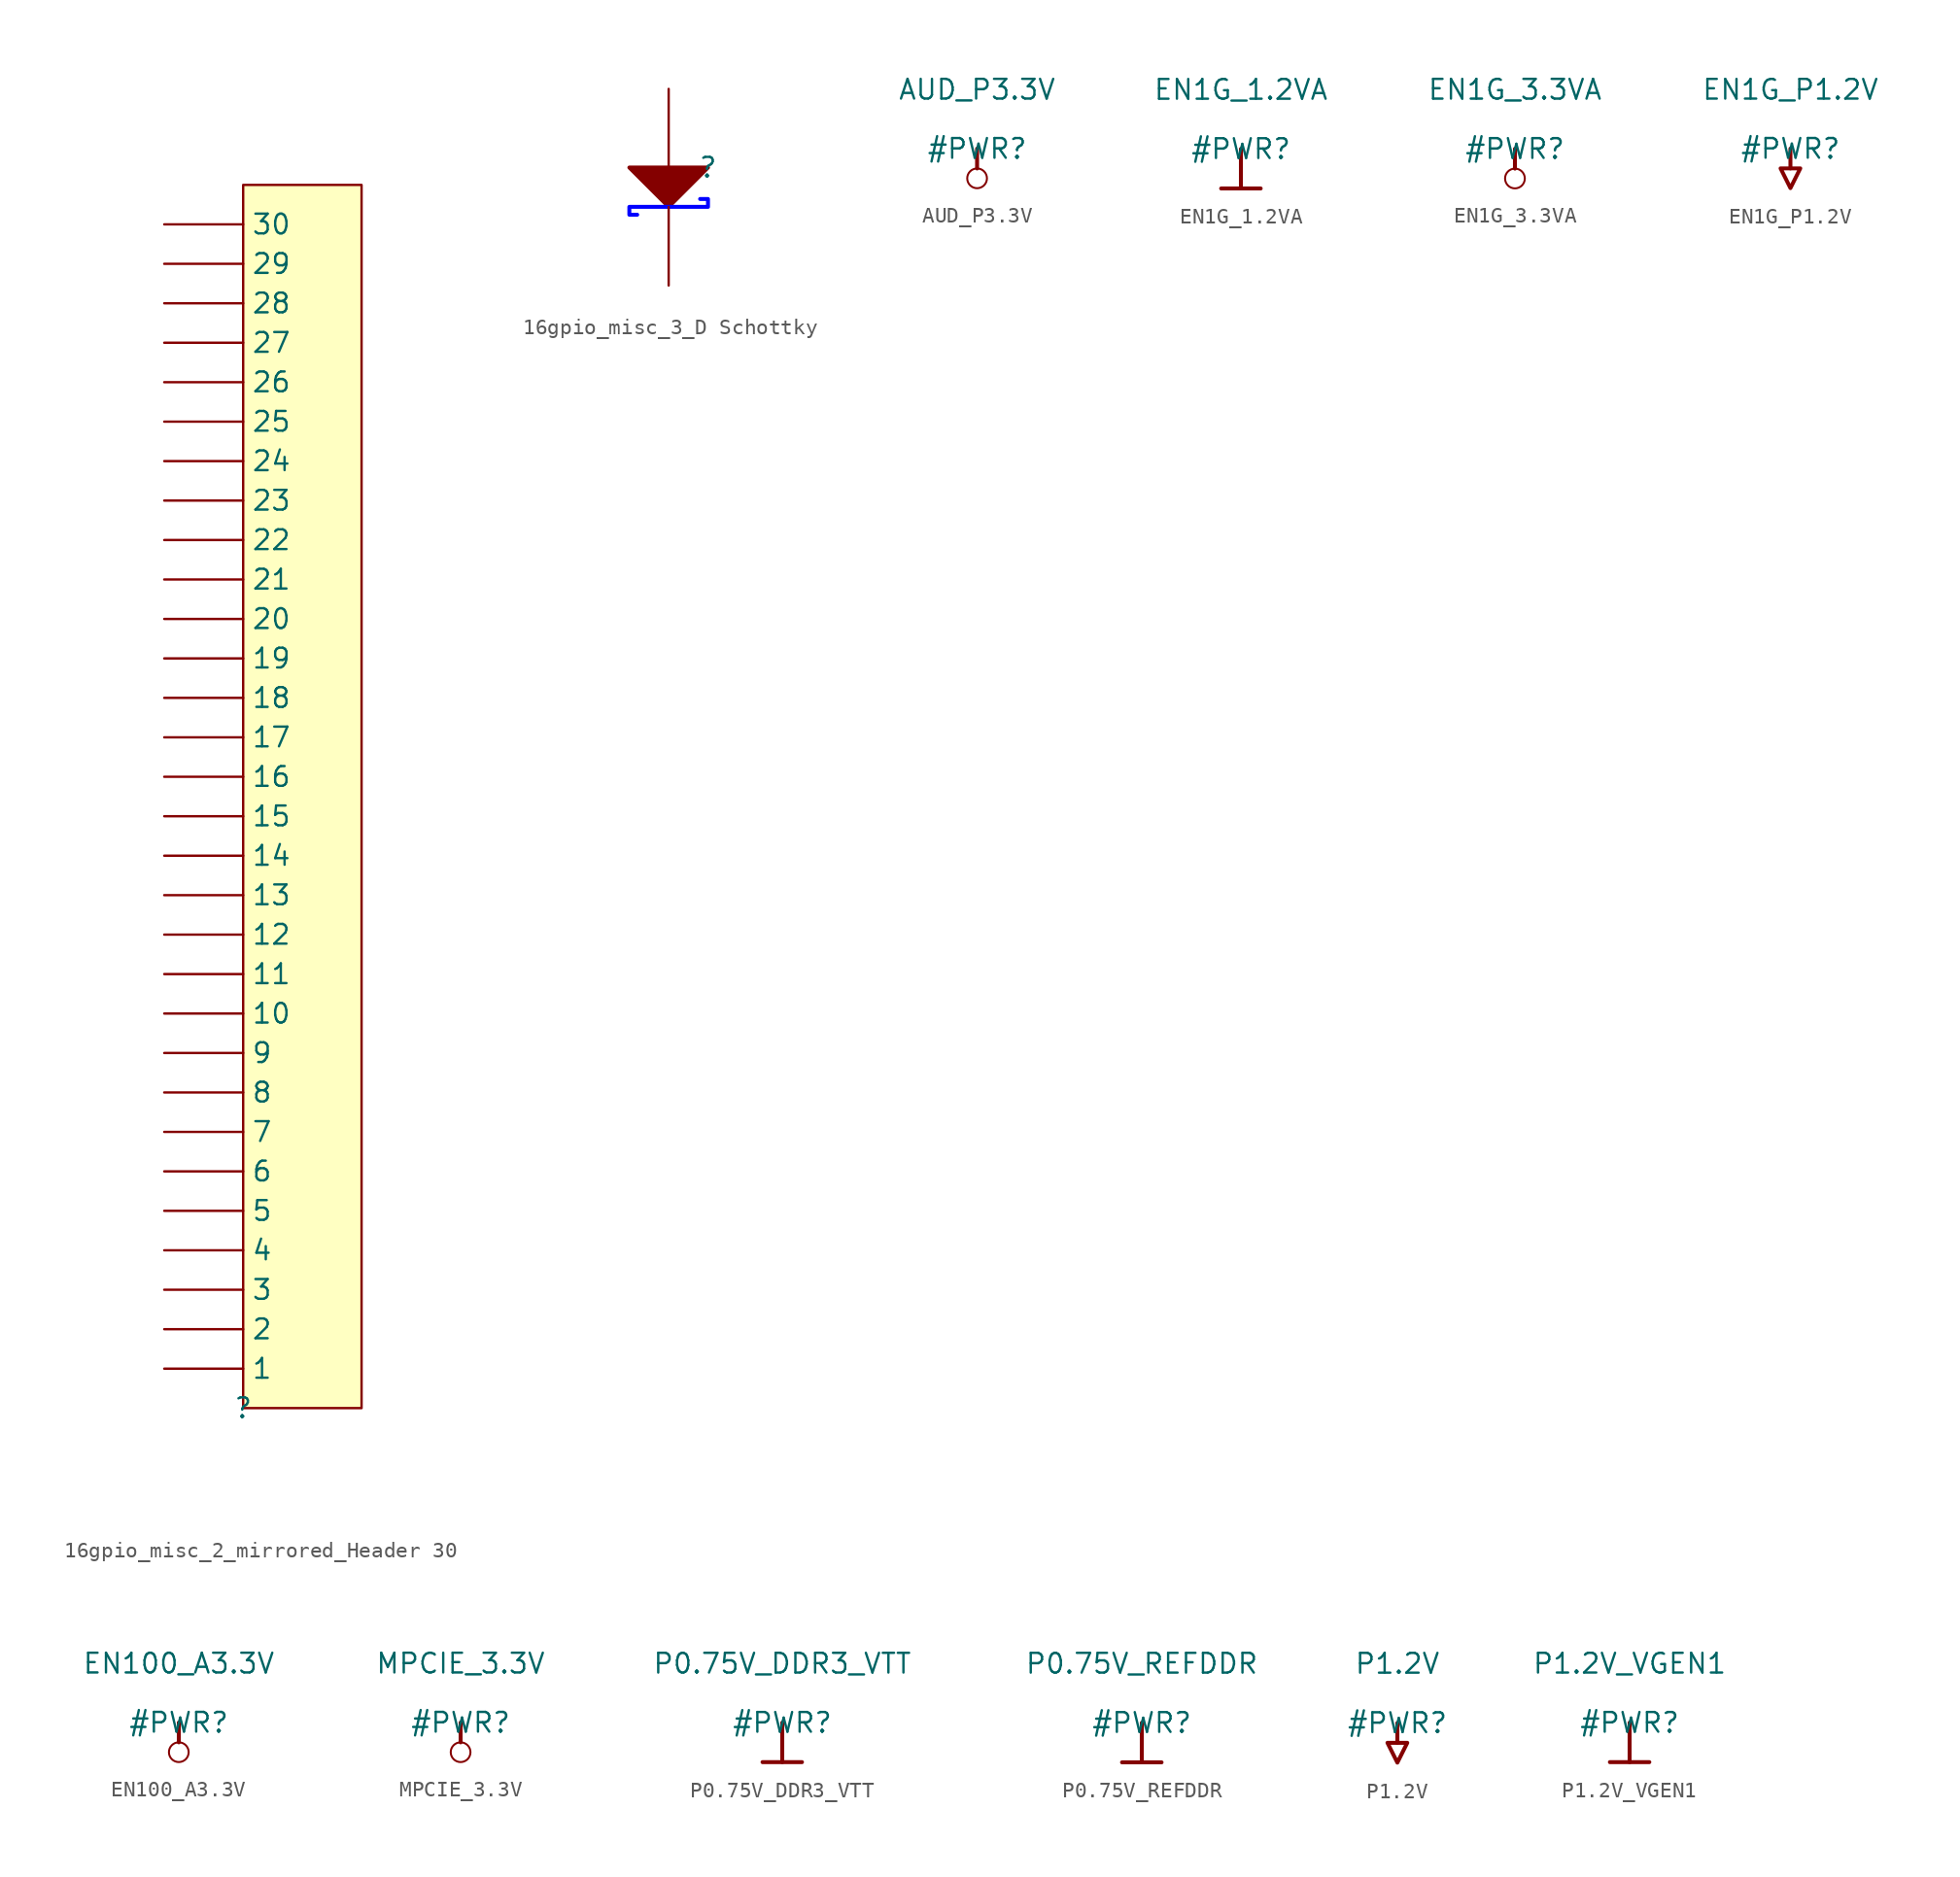
<source format=kicad_sym>
(kicad_symbol_lib
  (version 20220914)
  (generator kicad_symbol_editor)
  (symbol "16gpio_misc_2_mirrored_Header 30"
    (property "Reference" ""
      (at 0 0 0)
      (effects (font (size 1.27 1.27))))
    (property "Value" ""
      (at 0 0 0)
      (effects (font (size 1.27 1.27))))
    (symbol "16gpio_misc_2_mirrored_Header 30_1_0"
      (rectangle (start 7.62 78.74) (end 0 0) (stroke (width 0) (type solid)) (fill (type background)))
      (pin passive line (at -5.08 2.54 0) (length 5.08) (name "1" (effects (font (size 1.27 1.27)))) (number "1" (effects (font (size 0 0)))))
      (pin passive line (at -5.08 25.4 0) (length 5.08) (name "10" (effects (font (size 1.27 1.27)))) (number "10" (effects (font (size 0 0)))))
      (pin passive line (at -5.08 27.94 0) (length 5.08) (name "11" (effects (font (size 1.27 1.27)))) (number "11" (effects (font (size 0 0)))))
      (pin passive line (at -5.08 30.48 0) (length 5.08) (name "12" (effects (font (size 1.27 1.27)))) (number "12" (effects (font (size 0 0)))))
      (pin passive line (at -5.08 33.02 0) (length 5.08) (name "13" (effects (font (size 1.27 1.27)))) (number "13" (effects (font (size 0 0)))))
      (pin passive line (at -5.08 35.56 0) (length 5.08) (name "14" (effects (font (size 1.27 1.27)))) (number "14" (effects (font (size 0 0)))))
      (pin passive line (at -5.08 38.1 0) (length 5.08) (name "15" (effects (font (size 1.27 1.27)))) (number "15" (effects (font (size 0 0)))))
      (pin passive line (at -5.08 40.64 0) (length 5.08) (name "16" (effects (font (size 1.27 1.27)))) (number "16" (effects (font (size 0 0)))))
      (pin passive line (at -5.08 43.18 0) (length 5.08) (name "17" (effects (font (size 1.27 1.27)))) (number "17" (effects (font (size 0 0)))))
      (pin passive line (at -5.08 45.72 0) (length 5.08) (name "18" (effects (font (size 1.27 1.27)))) (number "18" (effects (font (size 0 0)))))
      (pin passive line (at -5.08 48.26 0) (length 5.08) (name "19" (effects (font (size 1.27 1.27)))) (number "19" (effects (font (size 0 0)))))
      (pin passive line (at -5.08 5.08 0) (length 5.08) (name "2" (effects (font (size 1.27 1.27)))) (number "2" (effects (font (size 0 0)))))
      (pin passive line (at -5.08 50.8 0) (length 5.08) (name "20" (effects (font (size 1.27 1.27)))) (number "20" (effects (font (size 0 0)))))
      (pin passive line (at -5.08 53.34 0) (length 5.08) (name "21" (effects (font (size 1.27 1.27)))) (number "21" (effects (font (size 0 0)))))
      (pin passive line (at -5.08 55.88 0) (length 5.08) (name "22" (effects (font (size 1.27 1.27)))) (number "22" (effects (font (size 0 0)))))
      (pin passive line (at -5.08 58.42 0) (length 5.08) (name "23" (effects (font (size 1.27 1.27)))) (number "23" (effects (font (size 0 0)))))
      (pin passive line (at -5.08 60.96 0) (length 5.08) (name "24" (effects (font (size 1.27 1.27)))) (number "24" (effects (font (size 0 0)))))
      (pin passive line (at -5.08 63.5 0) (length 5.08) (name "25" (effects (font (size 1.27 1.27)))) (number "25" (effects (font (size 0 0)))))
      (pin passive line (at -5.08 66.04 0) (length 5.08) (name "26" (effects (font (size 1.27 1.27)))) (number "26" (effects (font (size 0 0)))))
      (pin passive line (at -5.08 68.58 0) (length 5.08) (name "27" (effects (font (size 1.27 1.27)))) (number "27" (effects (font (size 0 0)))))
      (pin passive line (at -5.08 71.12 0) (length 5.08) (name "28" (effects (font (size 1.27 1.27)))) (number "28" (effects (font (size 0 0)))))
      (pin passive line (at -5.08 73.66 0) (length 5.08) (name "29" (effects (font (size 1.27 1.27)))) (number "29" (effects (font (size 0 0)))))
      (pin passive line (at -5.08 7.62 0) (length 5.08) (name "3" (effects (font (size 1.27 1.27)))) (number "3" (effects (font (size 0 0)))))
      (pin passive line (at -5.08 76.2 0) (length 5.08) (name "30" (effects (font (size 1.27 1.27)))) (number "30" (effects (font (size 0 0)))))
      (pin passive line (at -5.08 10.16 0) (length 5.08) (name "4" (effects (font (size 1.27 1.27)))) (number "4" (effects (font (size 0 0)))))
      (pin passive line (at -5.08 12.7 0) (length 5.08) (name "5" (effects (font (size 1.27 1.27)))) (number "5" (effects (font (size 0 0)))))
      (pin passive line (at -5.08 15.24 0) (length 5.08) (name "6" (effects (font (size 1.27 1.27)))) (number "6" (effects (font (size 0 0)))))
      (pin passive line (at -5.08 17.78 0) (length 5.08) (name "7" (effects (font (size 1.27 1.27)))) (number "7" (effects (font (size 0 0)))))
      (pin passive line (at -5.08 20.32 0) (length 5.08) (name "8" (effects (font (size 1.27 1.27)))) (number "8" (effects (font (size 0 0)))))
      (pin passive line (at -5.08 22.86 0) (length 5.08) (name "9" (effects (font (size 1.27 1.27)))) (number "9" (effects (font (size 0 0)))))))
  (symbol "16gpio_misc_3_D Schottky"
    (property "Reference" ""
      (at 0 0 0)
      (effects (font (size 1.27 1.27))))
    (property "Value" ""
      (at 0 0 0)
      (effects (font (size 1.27 1.27))))
    (symbol "16gpio_misc_3_D Schottky_1_0"
      (polyline (pts (xy -5.08 0) (xy -2.54 -2.54) (xy 0 0) (xy -5.08 0)) (stroke (width 0.254) (type solid)) (fill (type outline)))
      (polyline (pts (xy -4.572 -3.048) (xy -5.08 -3.048) (xy -5.08 -2.54) (xy 0 -2.54) (xy 0 -2.032) (xy -0.508 -2.032)) (stroke (width 0.254) (type solid) (color 0 0 255 1)) (fill (type none)))
      (pin passive line (at -2.54 5.08 270) (length 5.08) (name "A" (effects (font (size 0 0)))) (number "1" (effects (font (size 0 0)))))
      (pin passive line (at -2.54 -7.62 90) (length 5.08) (name "K" (effects (font (size 0 0)))) (number "2" (effects (font (size 0 0)))))))
  (symbol "AUD_P3.3V"
    (power)
    (property "Reference" "#PWR"
      (at 0 0 0)
      (effects (font (size 1.27 1.27))))
    (property "Value" "AUD_P3.3V"
      (at 0 3.81 0)
      (effects (font (size 1.27 1.27))))
    (symbol "AUD_P3.3V_0_0"
      (circle (center 0 -1.905) (radius 0.635) (stroke (width 0.127) (type solid)) (fill (type none)))
      (polyline (pts (xy 0 0) (xy 0 -1.27)) (stroke (width 0.254) (type solid)) (fill (type none)))
      (pin power_in line (at 0 0 0) (length 0) hide (name "AUD_P3.3V" (effects (font (size 1.27 1.27)))) (number "" (effects (font (size 1.27 1.27)))))))
  (symbol "EN1G_1.2VA"
    (power)
    (property "Reference" "#PWR"
      (at 0 0 0)
      (effects (font (size 1.27 1.27))))
    (property "Value" "EN1G_1.2VA"
      (at 0 3.81 0)
      (effects (font (size 1.27 1.27))))
    (symbol "EN1G_1.2VA_0_0"
      (polyline (pts (xy -1.27 -2.54) (xy 1.27 -2.54)) (stroke (width 0.254) (type solid)) (fill (type none)))
      (polyline (pts (xy 0 0) (xy 0 -2.54)) (stroke (width 0.254) (type solid)) (fill (type none)))
      (pin power_in line (at 0 0 0) (length 0) hide (name "EN1G_1.2VA" (effects (font (size 1.27 1.27)))) (number "" (effects (font (size 1.27 1.27)))))))
  (symbol "EN1G_3.3VA"
    (power)
    (property "Reference" "#PWR"
      (at 0 0 0)
      (effects (font (size 1.27 1.27))))
    (property "Value" "EN1G_3.3VA"
      (at 0 3.81 0)
      (effects (font (size 1.27 1.27))))
    (symbol "EN1G_3.3VA_0_0"
      (circle (center 0 -1.905) (radius 0.635) (stroke (width 0.127) (type solid)) (fill (type none)))
      (polyline (pts (xy 0 0) (xy 0 -1.27)) (stroke (width 0.254) (type solid)) (fill (type none)))
      (pin power_in line (at 0 0 0) (length 0) hide (name "EN1G_3.3VA" (effects (font (size 1.27 1.27)))) (number "" (effects (font (size 1.27 1.27)))))))
  (symbol "EN1G_P1.2V"
    (power)
    (property "Reference" "#PWR"
      (at 0 0 0)
      (effects (font (size 1.27 1.27))))
    (property "Value" "EN1G_P1.2V"
      (at 0 3.81 0)
      (effects (font (size 1.27 1.27))))
    (symbol "EN1G_P1.2V_0_0"
      (polyline (pts (xy 0 0) (xy 0 -1.27)) (stroke (width 0.254) (type solid)) (fill (type none)))
      (polyline (pts (xy -0.635 -1.27) (xy 0.635 -1.27) (xy 0 -2.54) (xy -0.635 -1.27)) (stroke (width 0.254) (type solid)) (fill (type none)))
      (pin power_in line (at 0 0 0) (length 0) hide (name "EN1G_P1.2V" (effects (font (size 1.27 1.27)))) (number "" (effects (font (size 1.27 1.27)))))))
  (symbol "EN100_A3.3V"
    (power)
    (property "Reference" "#PWR"
      (at 0 0 0)
      (effects (font (size 1.27 1.27))))
    (property "Value" "EN100_A3.3V"
      (at 0 3.81 0)
      (effects (font (size 1.27 1.27))))
    (symbol "EN100_A3.3V_0_0"
      (circle (center 0 -1.905) (radius 0.635) (stroke (width 0.127) (type solid)) (fill (type none)))
      (polyline (pts (xy 0 0) (xy 0 -1.27)) (stroke (width 0.254) (type solid)) (fill (type none)))
      (pin power_in line (at 0 0 0) (length 0) hide (name "EN100_A3.3V" (effects (font (size 1.27 1.27)))) (number "" (effects (font (size 1.27 1.27)))))))
  (symbol "MPCIE_3.3V"
    (power)
    (property "Reference" "#PWR"
      (at 0 0 0)
      (effects (font (size 1.27 1.27))))
    (property "Value" "MPCIE_3.3V"
      (at 0 3.81 0)
      (effects (font (size 1.27 1.27))))
    (symbol "MPCIE_3.3V_0_0"
      (circle (center 0 -1.905) (radius 0.635) (stroke (width 0.127) (type solid)) (fill (type none)))
      (polyline (pts (xy 0 0) (xy 0 -1.27)) (stroke (width 0.254) (type solid)) (fill (type none)))
      (pin power_in line (at 0 0 0) (length 0) hide (name "MPCIE_3.3V" (effects (font (size 1.27 1.27)))) (number "" (effects (font (size 1.27 1.27)))))))
  (symbol "P0.75V_DDR3_VTT"
    (power)
    (property "Reference" "#PWR"
      (at 0 0 0)
      (effects (font (size 1.27 1.27))))
    (property "Value" "P0.75V_DDR3_VTT"
      (at 0 3.81 0)
      (effects (font (size 1.27 1.27))))
    (symbol "P0.75V_DDR3_VTT_0_0"
      (polyline (pts (xy -1.27 -2.54) (xy 1.27 -2.54)) (stroke (width 0.254) (type solid)) (fill (type none)))
      (polyline (pts (xy 0 0) (xy 0 -2.54)) (stroke (width 0.254) (type solid)) (fill (type none)))
      (pin power_in line (at 0 0 0) (length 0) hide (name "P0.75V_DDR3_VTT" (effects (font (size 1.27 1.27)))) (number "" (effects (font (size 1.27 1.27)))))))
  (symbol "P0.75V_REFDDR"
    (power)
    (property "Reference" "#PWR"
      (at 0 0 0)
      (effects (font (size 1.27 1.27))))
    (property "Value" "P0.75V_REFDDR"
      (at 0 3.81 0)
      (effects (font (size 1.27 1.27))))
    (symbol "P0.75V_REFDDR_0_0"
      (polyline (pts (xy -1.27 -2.54) (xy 1.27 -2.54)) (stroke (width 0.254) (type solid)) (fill (type none)))
      (polyline (pts (xy 0 0) (xy 0 -2.54)) (stroke (width 0.254) (type solid)) (fill (type none)))
      (pin power_in line (at 0 0 0) (length 0) hide (name "P0.75V_REFDDR" (effects (font (size 1.27 1.27)))) (number "" (effects (font (size 1.27 1.27)))))))
  (symbol "P1.2V"
    (power)
    (property "Reference" "#PWR"
      (at 0 0 0)
      (effects (font (size 1.27 1.27))))
    (property "Value" "P1.2V"
      (at 0 3.81 0)
      (effects (font (size 1.27 1.27))))
    (symbol "P1.2V_0_0"
      (polyline (pts (xy 0 0) (xy 0 -1.27)) (stroke (width 0.254) (type solid)) (fill (type none)))
      (polyline (pts (xy -0.635 -1.27) (xy 0.635 -1.27) (xy 0 -2.54) (xy -0.635 -1.27)) (stroke (width 0.254) (type solid)) (fill (type none)))
      (pin power_in line (at 0 0 0) (length 0) hide (name "P1.2V" (effects (font (size 1.27 1.27)))) (number "" (effects (font (size 1.27 1.27)))))))
  (symbol "P1.2V_VGEN1"
    (power)
    (property "Reference" "#PWR"
      (at 0 0 0)
      (effects (font (size 1.27 1.27))))
    (property "Value" "P1.2V_VGEN1"
      (at 0 3.81 0)
      (effects (font (size 1.27 1.27))))
    (symbol "P1.2V_VGEN1_0_0"
      (polyline (pts (xy -1.27 -2.54) (xy 1.27 -2.54)) (stroke (width 0.254) (type solid)) (fill (type none)))
      (polyline (pts (xy 0 0) (xy 0 -2.54)) (stroke (width 0.254) (type solid)) (fill (type none)))
      (pin power_in line (at 0 0 0) (length 0) hide (name "P1.2V_VGEN1" (effects (font (size 1.27 1.27)))) (number "" (effects (font (size 1.27 1.27))))))))
</source>
